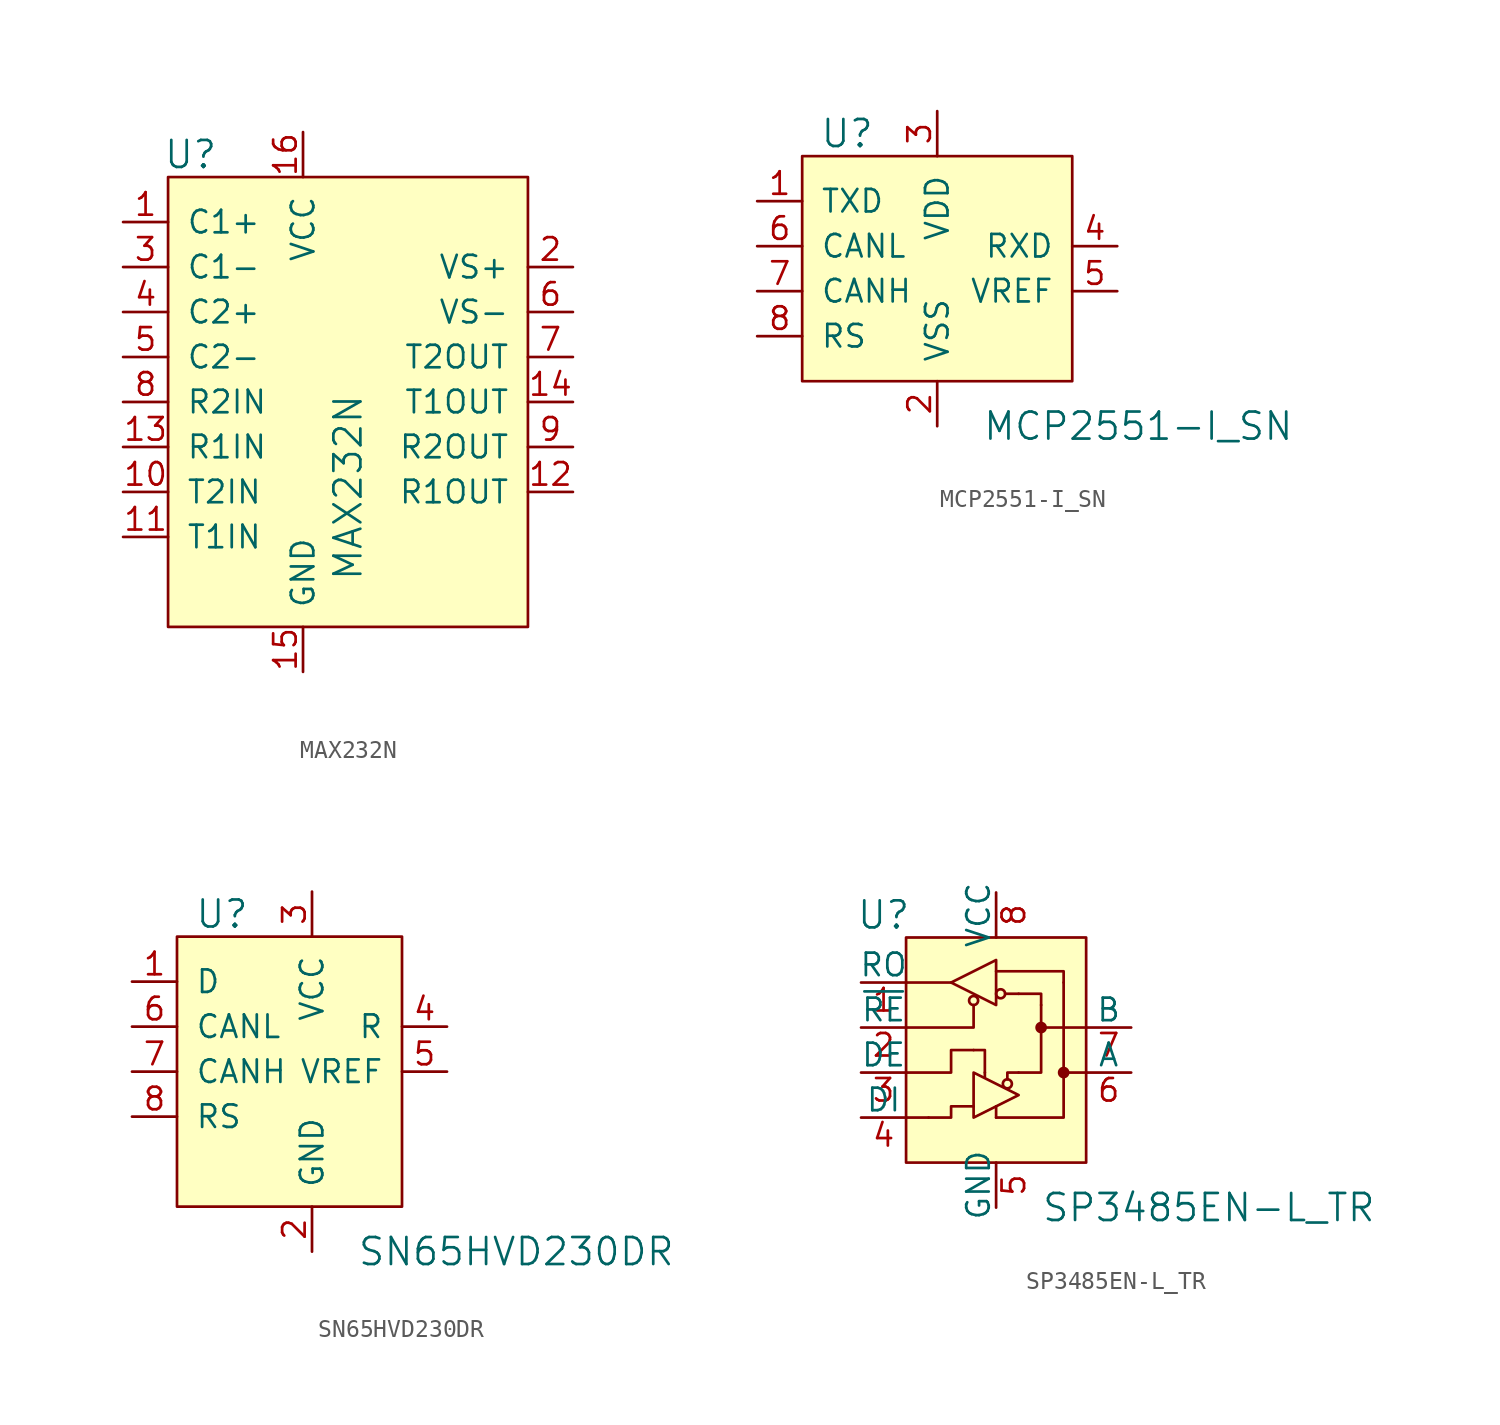
<source format=kicad_sym>
(kicad_symbol_lib
  (version 20211014)
  (generator kicad_symbol_editor)
  (symbol "MAX232N"
    (pin_names
      (offset 1.016))
    (property "Reference" "U"
      (at -8.89 11.43 0)
      (effects (font (size 1.524 1.524))))
    (property "Value" "MAX232N"
      (at 0 -12.7 90)
      (effects (font (size 1.524 1.524)) (justify left)))
    (symbol "MAX232N_0_1"
      (rectangle (start -10.16 10.16) (end 10.16 -15.24) (stroke (width 0) (type default) (color 0 0 0 0)) (fill (type background))))
    (symbol "MAX232N_1_1"
      (pin passive line (at -12.7 7.62 0) (length 2.54) (name "C1+" (effects (font (size 1.27 1.27)))) (number "1" (effects (font (size 1.27 1.27)))))
      (pin input line (at -12.7 -7.62 0) (length 2.54) (name "T2IN" (effects (font (size 1.27 1.27)))) (number "10" (effects (font (size 1.27 1.27)))))
      (pin input line (at -12.7 -10.16 0) (length 2.54) (name "T1IN" (effects (font (size 1.27 1.27)))) (number "11" (effects (font (size 1.27 1.27)))))
      (pin output line (at 12.7 -7.62 180) (length 2.54) (name "R1OUT" (effects (font (size 1.27 1.27)))) (number "12" (effects (font (size 1.27 1.27)))))
      (pin input line (at -12.7 -5.08 0) (length 2.54) (name "R1IN" (effects (font (size 1.27 1.27)))) (number "13" (effects (font (size 1.27 1.27)))))
      (pin output line (at 12.7 -2.54 180) (length 2.54) (name "T1OUT" (effects (font (size 1.27 1.27)))) (number "14" (effects (font (size 1.27 1.27)))))
      (pin power_in line (at -2.54 -17.78 90) (length 2.54) (name "GND" (effects (font (size 1.27 1.27)))) (number "15" (effects (font (size 1.27 1.27)))))
      (pin power_in line (at -2.54 12.7 270) (length 2.54) (name "VCC" (effects (font (size 1.27 1.27)))) (number "16" (effects (font (size 1.27 1.27)))))
      (pin output line (at 12.7 5.08 180) (length 2.54) (name "VS+" (effects (font (size 1.27 1.27)))) (number "2" (effects (font (size 1.27 1.27)))))
      (pin passive line (at -12.7 5.08 0) (length 2.54) (name "C1-" (effects (font (size 1.27 1.27)))) (number "3" (effects (font (size 1.27 1.27)))))
      (pin passive line (at -12.7 2.54 0) (length 2.54) (name "C2+" (effects (font (size 1.27 1.27)))) (number "4" (effects (font (size 1.27 1.27)))))
      (pin passive line (at -12.7 0 0) (length 2.54) (name "C2-" (effects (font (size 1.27 1.27)))) (number "5" (effects (font (size 1.27 1.27)))))
      (pin output line (at 12.7 2.54 180) (length 2.54) (name "VS-" (effects (font (size 1.27 1.27)))) (number "6" (effects (font (size 1.27 1.27)))))
      (pin output line (at 12.7 0 180) (length 2.54) (name "T2OUT" (effects (font (size 1.27 1.27)))) (number "7" (effects (font (size 1.27 1.27)))))
      (pin input line (at -12.7 -2.54 0) (length 2.54) (name "R2IN" (effects (font (size 1.27 1.27)))) (number "8" (effects (font (size 1.27 1.27)))))
      (pin output line (at 12.7 -5.08 180) (length 2.54) (name "R2OUT" (effects (font (size 1.27 1.27)))) (number "9" (effects (font (size 1.27 1.27)))))))
  (symbol "MCP2551-I_SN"
    (pin_names
      (offset 1.016))
    (property "Reference" "U"
      (at -5.08 8.89 0)
      (effects (font (size 1.524 1.524))))
    (property "Value" "MCP2551-I_SN"
      (at 2.54 -7.62 0)
      (effects (font (size 1.524 1.524)) (justify left)))
    (symbol "MCP2551-I_SN_0_1"
      (rectangle (start -7.62 7.62) (end 7.62 -5.08) (stroke (width 0) (type default) (color 0 0 0 0)) (fill (type background))))
    (symbol "MCP2551-I_SN_1_1"
      (pin input line (at -10.16 5.08 0) (length 2.54) (name "TXD" (effects (font (size 1.27 1.27)))) (number "1" (effects (font (size 1.27 1.27)))))
      (pin power_in line (at 0 -7.62 90) (length 2.54) (name "VSS" (effects (font (size 1.27 1.27)))) (number "2" (effects (font (size 1.27 1.27)))))
      (pin power_in line (at 0 10.16 270) (length 2.54) (name "VDD" (effects (font (size 1.27 1.27)))) (number "3" (effects (font (size 1.27 1.27)))))
      (pin output line (at 10.16 2.54 180) (length 2.54) (name "RXD" (effects (font (size 1.27 1.27)))) (number "4" (effects (font (size 1.27 1.27)))))
      (pin output line (at 10.16 0 180) (length 2.54) (name "VREF" (effects (font (size 1.27 1.27)))) (number "5" (effects (font (size 1.27 1.27)))))
      (pin bidirectional line (at -10.16 2.54 0) (length 2.54) (name "CANL" (effects (font (size 1.27 1.27)))) (number "6" (effects (font (size 1.27 1.27)))))
      (pin bidirectional line (at -10.16 0 0) (length 2.54) (name "CANH" (effects (font (size 1.27 1.27)))) (number "7" (effects (font (size 1.27 1.27)))))
      (pin input line (at -10.16 -2.54 0) (length 2.54) (name "RS" (effects (font (size 1.27 1.27)))) (number "8" (effects (font (size 1.27 1.27)))))))
  (symbol "SN65HVD230DR"
    (pin_names
      (offset 1.016))
    (property "Reference" "U"
      (at -2.54 1.27 0)
      (effects (font (size 1.524 1.524))))
    (property "Value" "SN65HVD230DR"
      (at 5.08 -17.78 0)
      (effects (font (size 1.524 1.524)) (justify left)))
    (symbol "SN65HVD230DR_0_1"
      (rectangle (start -5.08 0) (end 7.62 -15.24) (stroke (width 0) (type default) (color 0 0 0 0)) (fill (type background))))
    (symbol "SN65HVD230DR_1_1"
      (pin input line (at -7.62 -2.54 0) (length 2.54) (name "D" (effects (font (size 1.27 1.27)))) (number "1" (effects (font (size 1.27 1.27)))))
      (pin power_in line (at 2.54 -17.78 90) (length 2.54) (name "GND" (effects (font (size 1.27 1.27)))) (number "2" (effects (font (size 1.27 1.27)))))
      (pin power_in line (at 2.54 2.54 270) (length 2.54) (name "VCC" (effects (font (size 1.27 1.27)))) (number "3" (effects (font (size 1.27 1.27)))))
      (pin output line (at 10.16 -5.08 180) (length 2.54) (name "R" (effects (font (size 1.27 1.27)))) (number "4" (effects (font (size 1.27 1.27)))))
      (pin output line (at 10.16 -7.62 180) (length 2.54) (name "VREF" (effects (font (size 1.27 1.27)))) (number "5" (effects (font (size 1.27 1.27)))))
      (pin bidirectional line (at -7.62 -5.08 0) (length 2.54) (name "CANL" (effects (font (size 1.27 1.27)))) (number "6" (effects (font (size 1.27 1.27)))))
      (pin bidirectional line (at -7.62 -7.62 0) (length 2.54) (name "CANH" (effects (font (size 1.27 1.27)))) (number "7" (effects (font (size 1.27 1.27)))))
      (pin input line (at -7.62 -10.16 0) (length 2.54) (name "RS" (effects (font (size 1.27 1.27)))) (number "8" (effects (font (size 1.27 1.27)))))))
  (symbol "SP3485EN-L_TR"
    (pin_names
      (offset 0))
    (property "Reference" "U"
      (at -6.35 1.27 0)
      (effects (font (size 1.524 1.524))))
    (property "Value" "SP3485EN-L_TR"
      (at 2.54 -15.24 0)
      (effects (font (size 1.524 1.524)) (justify left)))
    (symbol "SP3485EN-L_TR_0_1"
      (rectangle (start -5.08 0) (end 5.08 -12.7) (stroke (width 0) (type default) (color 0 0 0 0)) (fill (type background)))
      (circle (center -1.27 -3.556) (radius 0.254) (stroke (width 0) (type default) (color 0 0 0 0)) (fill (type none)))
      (polyline (pts (xy -5.08 -10.16) (xy -3.81 -10.16)) (stroke (width 0) (type default) (color 0 0 0 0)) (fill (type none)))
      (polyline (pts (xy -2.54 -2.54) (xy -5.08 -2.54)) (stroke (width 0) (type default) (color 0 0 0 0)) (fill (type none)))
      (polyline (pts (xy -0.635 -7.62) (xy -0.635 -7.874)) (stroke (width 0) (type default) (color 0 0 0 0)) (fill (type none)))
      (polyline (pts (xy 0 -10.16) (xy 0 -9.525)) (stroke (width 0) (type default) (color 0 0 0 0)) (fill (type none)))
      (polyline (pts (xy 1.27 -3.175) (xy 0.508 -3.175)) (stroke (width 0) (type default) (color 0 0 0 0)) (fill (type none)))
      (polyline (pts (xy 5.08 -7.62) (xy 3.81 -7.62)) (stroke (width 0) (type default) (color 0 0 0 0)) (fill (type none)))
      (polyline (pts (xy 5.08 -5.08) (xy 2.54 -5.08)) (stroke (width 0) (type default) (color 0 0 0 0)) (fill (type none)))
      (polyline (pts (xy -5.08 -5.08) (xy -1.27 -5.08) (xy -1.27 -3.81)) (stroke (width 0) (type default) (color 0 0 0 0)) (fill (type none)))
      (polyline (pts (xy -1.27 -6.35) (xy -0.635 -6.35) (xy -0.635 -7.62)) (stroke (width 0) (type default) (color 0 0 0 0)) (fill (type none)))
      (polyline (pts (xy 0 -10.16) (xy 3.81 -10.16) (xy 3.81 -2.54)) (stroke (width 0) (type default) (color 0 0 0 0)) (fill (type none)))
      (polyline (pts (xy 1.27 -7.62) (xy 0.635 -7.62) (xy 0.635 -8.001)) (stroke (width 0) (type default) (color 0 0 0 0)) (fill (type none)))
      (polyline (pts (xy 1.27 -7.62) (xy 2.54 -7.62) (xy 2.54 -3.81)) (stroke (width 0) (type default) (color 0 0 0 0)) (fill (type none)))
      (polyline (pts (xy 2.54 -3.81) (xy 2.54 -3.175) (xy 1.27 -3.175)) (stroke (width 0) (type default) (color 0 0 0 0)) (fill (type none)))
      (polyline (pts (xy 3.81 -2.54) (xy 3.81 -1.905) (xy 0 -1.905)) (stroke (width 0) (type default) (color 0 0 0 0)) (fill (type none)))
      (polyline (pts (xy -5.08 -7.62) (xy -2.54 -7.62) (xy -2.54 -6.35) (xy -1.27 -6.35)) (stroke (width 0) (type default) (color 0 0 0 0)) (fill (type none)))
      (polyline (pts (xy -1.27 -9.525) (xy -2.54 -9.525) (xy -2.54 -10.16) (xy -3.81 -10.16)) (stroke (width 0) (type default) (color 0 0 0 0)) (fill (type none)))
      (polyline (pts (xy -1.27 -7.62) (xy -1.27 -10.16) (xy 1.27 -8.89) (xy -1.27 -7.62)) (stroke (width 0) (type default) (color 0 0 0 0)) (fill (type none)))
      (polyline (pts (xy 0 -1.27) (xy 0 -3.81) (xy -2.54 -2.54) (xy 0 -1.27)) (stroke (width 0) (type default) (color 0 0 0 0)) (fill (type none)))
      (circle (center 0.254 -3.175) (radius 0.254) (stroke (width 0) (type default) (color 0 0 0 0)) (fill (type none)))
      (circle (center 0.635 -8.255) (radius 0.254) (stroke (width 0) (type default) (color 0 0 0 0)) (fill (type none)))
      (circle (center 2.54 -5.08) (radius 0.254) (stroke (width 0) (type default) (color 0 0 0 0)) (fill (type outline)))
      (circle (center 3.81 -7.62) (radius 0.254) (stroke (width 0) (type default) (color 0 0 0 0)) (fill (type outline))))
    (symbol "SP3485EN-L_TR_1_1"
      (pin output line (at -7.62 -2.54 0) (length 2.54) (name "RO" (effects (font (size 1.27 1.27)))) (number "1" (effects (font (size 1.27 1.27)))))
      (pin output line (at -7.62 -5.08 0) (length 2.54) (name "~{RE}" (effects (font (size 1.27 1.27)))) (number "2" (effects (font (size 1.27 1.27)))))
      (pin output line (at -7.62 -7.62 0) (length 2.54) (name "DE" (effects (font (size 1.27 1.27)))) (number "3" (effects (font (size 1.27 1.27)))))
      (pin input line (at -7.62 -10.16 0) (length 2.54) (name "DI" (effects (font (size 1.27 1.27)))) (number "4" (effects (font (size 1.27 1.27)))))
      (pin power_in line (at 0 -15.24 90) (length 2.54) (name "GND" (effects (font (size 1.27 1.27)))) (number "5" (effects (font (size 1.27 1.27)))))
      (pin bidirectional line (at 7.62 -7.62 180) (length 2.54) (name "A" (effects (font (size 1.27 1.27)))) (number "6" (effects (font (size 1.27 1.27)))))
      (pin bidirectional line (at 7.62 -5.08 180) (length 2.54) (name "B" (effects (font (size 1.27 1.27)))) (number "7" (effects (font (size 1.27 1.27)))))
      (pin power_in line (at 0 2.54 270) (length 2.54) (name "VCC" (effects (font (size 1.27 1.27)))) (number "8" (effects (font (size 1.27 1.27))))))))
</source>
